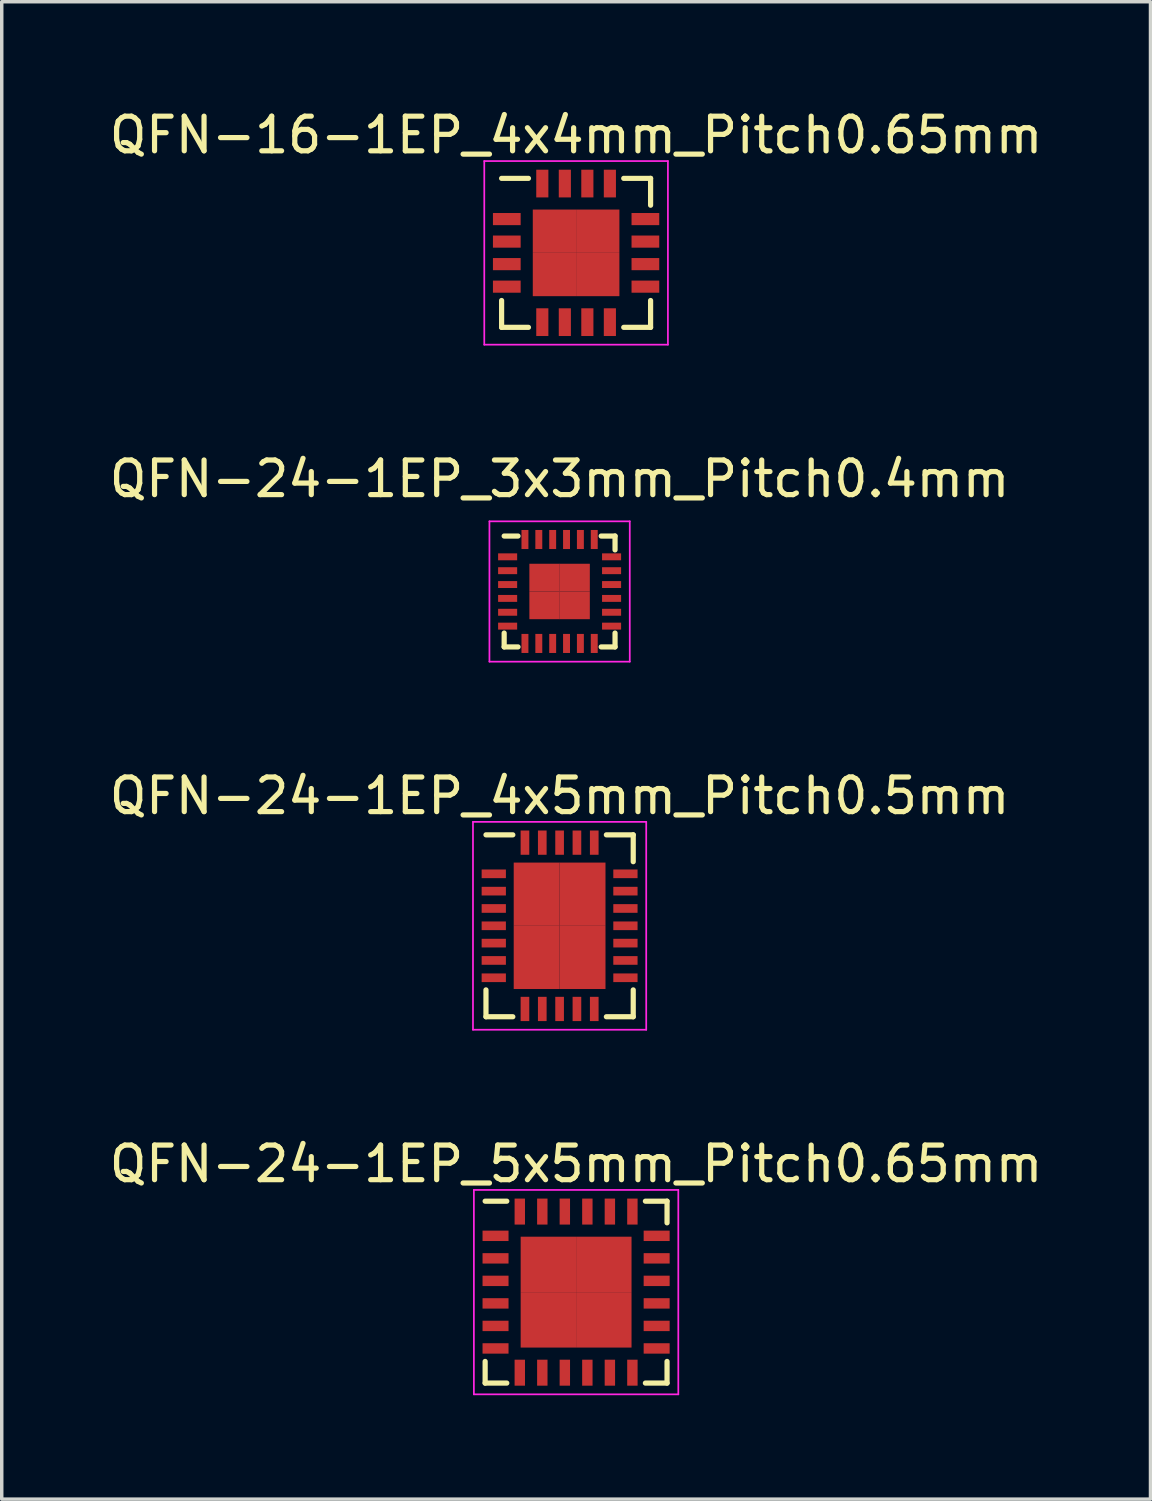
<source format=kicad_pcb>
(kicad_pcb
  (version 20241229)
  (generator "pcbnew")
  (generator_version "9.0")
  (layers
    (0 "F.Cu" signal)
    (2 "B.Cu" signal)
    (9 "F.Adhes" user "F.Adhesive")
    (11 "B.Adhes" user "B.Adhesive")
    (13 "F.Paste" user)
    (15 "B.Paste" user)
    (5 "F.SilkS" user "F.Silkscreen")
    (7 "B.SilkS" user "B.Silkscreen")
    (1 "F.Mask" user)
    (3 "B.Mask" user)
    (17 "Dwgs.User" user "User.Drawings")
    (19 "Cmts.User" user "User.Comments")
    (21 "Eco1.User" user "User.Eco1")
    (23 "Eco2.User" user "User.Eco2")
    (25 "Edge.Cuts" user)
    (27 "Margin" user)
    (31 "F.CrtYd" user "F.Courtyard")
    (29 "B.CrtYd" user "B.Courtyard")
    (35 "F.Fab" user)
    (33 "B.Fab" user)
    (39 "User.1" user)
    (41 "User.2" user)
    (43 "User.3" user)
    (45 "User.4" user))
  (footprint "QFN-24-1EP_5x5mm_Pitch0.65mm"
    (layer "F.Cu")
    (at 13.577 34.243)
    (property "Reference" "QFN-24-1EP_5x5mm_Pitch0.65mm" (at 0 -3.7 0) (layer "F.SilkS") (effects (font (size 1 1) (thickness 0.15))))
    (attr smd)
    (fp_line (start -2.625 -2.625) (end -2 -2.625) (stroke (width 0.15) (type solid)) (layer "F.SilkS"))
    (fp_line (start -2.625 2.625) (end -2.625 2) (stroke (width 0.15) (type solid)) (layer "F.SilkS"))
    (fp_line (start -2.625 2.625) (end -2 2.625) (stroke (width 0.15) (type solid)) (layer "F.SilkS"))
    (fp_line (start 2.625 -2.625) (end 2 -2.625) (stroke (width 0.15) (type solid)) (layer "F.SilkS"))
    (fp_line (start 2.625 -2.625) (end 2.625 -2) (stroke (width 0.15) (type solid)) (layer "F.SilkS"))
    (fp_line (start 2.625 2.625) (end 2 2.625) (stroke (width 0.15) (type solid)) (layer "F.SilkS"))
    (fp_line (start 2.625 2.625) (end 2.625 2) (stroke (width 0.15) (type solid)) (layer "F.SilkS"))
    (fp_line (start -2.95 -2.95) (end -2.95 2.95) (stroke (width 0.05) (type solid)) (layer "F.CrtYd"))
    (fp_line (start -2.95 -2.95) (end 2.95 -2.95) (stroke (width 0.05) (type solid)) (layer "F.CrtYd"))
    (fp_line (start -2.95 2.95) (end 2.95 2.95) (stroke (width 0.05) (type solid)) (layer "F.CrtYd"))
    (fp_line (start 2.95 -2.95) (end 2.95 2.95) (stroke (width 0.05) (type solid)) (layer "F.CrtYd"))
    (pad "1" smd rect (at -2.325 -1.625) (size 0.75 0.3) (layers "F.Cu" "F.Mask" "F.Paste"))
    (pad "2" smd rect (at -2.325 -0.975) (size 0.75 0.3) (layers "F.Cu" "F.Mask" "F.Paste"))
    (pad "3" smd rect (at -2.325 -0.325) (size 0.75 0.3) (layers "F.Cu" "F.Mask" "F.Paste"))
    (pad "4" smd rect (at -2.325 0.325) (size 0.75 0.3) (layers "F.Cu" "F.Mask" "F.Paste"))
    (pad "5" smd rect (at -2.325 0.975) (size 0.75 0.3) (layers "F.Cu" "F.Mask" "F.Paste"))
    (pad "6" smd rect (at -2.325 1.625) (size 0.75 0.3) (layers "F.Cu" "F.Mask" "F.Paste"))
    (pad "7" smd rect (at -1.625 2.325 90) (size 0.75 0.3) (layers "F.Cu" "F.Mask" "F.Paste"))
    (pad "8" smd rect (at -0.975 2.325 90) (size 0.75 0.3) (layers "F.Cu" "F.Mask" "F.Paste"))
    (pad "9" smd rect (at -0.325 2.325 90) (size 0.75 0.3) (layers "F.Cu" "F.Mask" "F.Paste"))
    (pad "10" smd rect (at 0.325 2.325 90) (size 0.75 0.3) (layers "F.Cu" "F.Mask" "F.Paste"))
    (pad "11" smd rect (at 0.975 2.325 90) (size 0.75 0.3) (layers "F.Cu" "F.Mask" "F.Paste"))
    (pad "12" smd rect (at 1.625 2.325 90) (size 0.75 0.3) (layers "F.Cu" "F.Mask" "F.Paste"))
    (pad "13" smd rect (at 2.325 1.625) (size 0.75 0.3) (layers "F.Cu" "F.Mask" "F.Paste"))
    (pad "14" smd rect (at 2.325 0.975) (size 0.75 0.3) (layers "F.Cu" "F.Mask" "F.Paste"))
    (pad "15" smd rect (at 2.325 0.325) (size 0.75 0.3) (layers "F.Cu" "F.Mask" "F.Paste"))
    (pad "16" smd rect (at 2.325 -0.325) (size 0.75 0.3) (layers "F.Cu" "F.Mask" "F.Paste"))
    (pad "17" smd rect (at 2.325 -0.975) (size 0.75 0.3) (layers "F.Cu" "F.Mask" "F.Paste"))
    (pad "18" smd rect (at 2.325 -1.625) (size 0.75 0.3) (layers "F.Cu" "F.Mask" "F.Paste"))
    (pad "19" smd rect (at 1.625 -2.325 90) (size 0.75 0.3) (layers "F.Cu" "F.Mask" "F.Paste"))
    (pad "20" smd rect (at 0.975 -2.325 90) (size 0.75 0.3) (layers "F.Cu" "F.Mask" "F.Paste"))
    (pad "21" smd rect (at 0.325 -2.325 90) (size 0.75 0.3) (layers "F.Cu" "F.Mask" "F.Paste"))
    (pad "22" smd rect (at -0.325 -2.325 90) (size 0.75 0.3) (layers "F.Cu" "F.Mask" "F.Paste"))
    (pad "23" smd rect (at -0.975 -2.325 90) (size 0.75 0.3) (layers "F.Cu" "F.Mask" "F.Paste"))
    (pad "24" smd rect (at -1.625 -2.325 90) (size 0.75 0.3) (layers "F.Cu" "F.Mask" "F.Paste"))
    (pad "25" smd rect (at -0.8 -0.8) (size 1.6 1.6) (layers "F.Cu" "F.Mask" "F.Paste"))
    (pad "25" smd rect (at -0.8 0.8) (size 1.6 1.6) (layers "F.Cu" "F.Mask" "F.Paste"))
    (pad "25" smd rect (at 0.8 -0.8) (size 1.6 1.6) (layers "F.Cu" "F.Mask" "F.Paste"))
    (pad "25" smd rect (at 0.8 0.8) (size 1.6 1.6) (layers "F.Cu" "F.Mask" "F.Paste")))
  (footprint "QFN-24-1EP_4x5mm_Pitch0.5mm"
    (layer "F.Cu")
    (at 13.101 23.67)
    (property "Reference" "QFN-24-1EP_4x5mm_Pitch0.5mm" (at 0 -3.75 0) (layer "F.SilkS") (effects (font (size 1 1) (thickness 0.15))))
    (attr smd)
    (fp_line (start -2.125 -2.625) (end -1.35 -2.625) (stroke (width 0.15) (type solid)) (layer "F.SilkS"))
    (fp_line (start -2.125 2.625) (end -2.125 1.85) (stroke (width 0.15) (type solid)) (layer "F.SilkS"))
    (fp_line (start -2.125 2.625) (end -1.35 2.625) (stroke (width 0.15) (type solid)) (layer "F.SilkS"))
    (fp_line (start 2.125 -2.625) (end 1.35 -2.625) (stroke (width 0.15) (type solid)) (layer "F.SilkS"))
    (fp_line (start 2.125 -2.625) (end 2.125 -1.85) (stroke (width 0.15) (type solid)) (layer "F.SilkS"))
    (fp_line (start 2.125 2.625) (end 1.35 2.625) (stroke (width 0.15) (type solid)) (layer "F.SilkS"))
    (fp_line (start 2.125 2.625) (end 2.125 1.85) (stroke (width 0.15) (type solid)) (layer "F.SilkS"))
    (fp_line (start -2.5 -3) (end -2.5 3) (stroke (width 0.05) (type solid)) (layer "F.CrtYd"))
    (fp_line (start -2.5 -3) (end 2.5 -3) (stroke (width 0.05) (type solid)) (layer "F.CrtYd"))
    (fp_line (start -2.5 3) (end 2.5 3) (stroke (width 0.05) (type solid)) (layer "F.CrtYd"))
    (fp_line (start 2.5 -3) (end 2.5 3) (stroke (width 0.05) (type solid)) (layer "F.CrtYd"))
    (pad "1" smd rect (at -1.9 -1.5) (size 0.7 0.25) (layers "F.Cu" "F.Mask" "F.Paste"))
    (pad "2" smd rect (at -1.9 -1) (size 0.7 0.25) (layers "F.Cu" "F.Mask" "F.Paste"))
    (pad "3" smd rect (at -1.9 -0.5) (size 0.7 0.25) (layers "F.Cu" "F.Mask" "F.Paste"))
    (pad "4" smd rect (at -1.9 0) (size 0.7 0.25) (layers "F.Cu" "F.Mask" "F.Paste"))
    (pad "5" smd rect (at -1.9 0.5) (size 0.7 0.25) (layers "F.Cu" "F.Mask" "F.Paste"))
    (pad "6" smd rect (at -1.9 1) (size 0.7 0.25) (layers "F.Cu" "F.Mask" "F.Paste"))
    (pad "7" smd rect (at -1.9 1.5) (size 0.7 0.25) (layers "F.Cu" "F.Mask" "F.Paste"))
    (pad "8" smd rect (at -1 2.4 90) (size 0.7 0.25) (layers "F.Cu" "F.Mask" "F.Paste"))
    (pad "9" smd rect (at -0.5 2.4 90) (size 0.7 0.25) (layers "F.Cu" "F.Mask" "F.Paste"))
    (pad "10" smd rect (at 0 2.4 90) (size 0.7 0.25) (layers "F.Cu" "F.Mask" "F.Paste"))
    (pad "11" smd rect (at 0.5 2.4 90) (size 0.7 0.25) (layers "F.Cu" "F.Mask" "F.Paste"))
    (pad "12" smd rect (at 1 2.4 90) (size 0.7 0.25) (layers "F.Cu" "F.Mask" "F.Paste"))
    (pad "13" smd rect (at 1.9 1.5) (size 0.7 0.25) (layers "F.Cu" "F.Mask" "F.Paste"))
    (pad "14" smd rect (at 1.9 1) (size 0.7 0.25) (layers "F.Cu" "F.Mask" "F.Paste"))
    (pad "15" smd rect (at 1.9 0.5) (size 0.7 0.25) (layers "F.Cu" "F.Mask" "F.Paste"))
    (pad "16" smd rect (at 1.9 0) (size 0.7 0.25) (layers "F.Cu" "F.Mask" "F.Paste"))
    (pad "17" smd rect (at 1.9 -0.5) (size 0.7 0.25) (layers "F.Cu" "F.Mask" "F.Paste"))
    (pad "18" smd rect (at 1.9 -1) (size 0.7 0.25) (layers "F.Cu" "F.Mask" "F.Paste"))
    (pad "19" smd rect (at 1.9 -1.5) (size 0.7 0.25) (layers "F.Cu" "F.Mask" "F.Paste"))
    (pad "20" smd rect (at 1 -2.4 90) (size 0.7 0.25) (layers "F.Cu" "F.Mask" "F.Paste"))
    (pad "21" smd rect (at 0.5 -2.4 90) (size 0.7 0.25) (layers "F.Cu" "F.Mask" "F.Paste"))
    (pad "22" smd rect (at 0 -2.4 90) (size 0.7 0.25) (layers "F.Cu" "F.Mask" "F.Paste"))
    (pad "23" smd rect (at -0.5 -2.4 90) (size 0.7 0.25) (layers "F.Cu" "F.Mask" "F.Paste"))
    (pad "24" smd rect (at -1 -2.4 90) (size 0.7 0.25) (layers "F.Cu" "F.Mask" "F.Paste"))
    (pad "25" smd rect (at -0.662 -0.912) (size 1.325 1.825) (layers "F.Cu" "F.Mask" "F.Paste"))
    (pad "25" smd rect (at -0.662 0.912) (size 1.325 1.825) (layers "F.Cu" "F.Mask" "F.Paste"))
    (pad "25" smd rect (at 0.662 -0.912) (size 1.325 1.825) (layers "F.Cu" "F.Mask" "F.Paste"))
    (pad "25" smd rect (at 0.662 0.912) (size 1.325 1.825) (layers "F.Cu" "F.Mask" "F.Paste")))
  (footprint "QFN-24-1EP_3x3mm_Pitch0.4mm"
    (layer "F.Cu")
    (at 13.101 14.021)
    (property "Reference" "QFN-24-1EP_3x3mm_Pitch0.4mm" (at 0 -3.25 0) (layer "F.SilkS") (effects (font (size 1 1) (thickness 0.15))))
    (attr smd)
    (fp_line (start -1.6 -1.6) (end -1.2 -1.6) (stroke (width 0.15) (type solid)) (layer "F.SilkS"))
    (fp_line (start -1.6 1.6) (end -1.6 1.2) (stroke (width 0.15) (type solid)) (layer "F.SilkS"))
    (fp_line (start -1.6 1.6) (end -1.2 1.6) (stroke (width 0.15) (type solid)) (layer "F.SilkS"))
    (fp_line (start 1.6 -1.6) (end 1.2 -1.6) (stroke (width 0.15) (type solid)) (layer "F.SilkS"))
    (fp_line (start 1.6 -1.6) (end 1.6 -1.2) (stroke (width 0.15) (type solid)) (layer "F.SilkS"))
    (fp_line (start 1.6 1.6) (end 1.2 1.6) (stroke (width 0.15) (type solid)) (layer "F.SilkS"))
    (fp_line (start 1.6 1.6) (end 1.6 1.2) (stroke (width 0.15) (type solid)) (layer "F.SilkS"))
    (fp_line (start -2.025 -2.025) (end 2.025 -2.025) (stroke (width 0.05) (type solid)) (layer "F.CrtYd"))
    (fp_line (start -2.025 2.025) (end -2.025 -2.025) (stroke (width 0.05) (type solid)) (layer "F.CrtYd"))
    (fp_line (start 2.025 -2.025) (end 2.025 2.025) (stroke (width 0.05) (type solid)) (layer "F.CrtYd"))
    (fp_line (start 2.025 2.025) (end -2.025 2.025) (stroke (width 0.05) (type solid)) (layer "F.CrtYd"))
    (pad "1" smd rect (at -1.5 -1) (size 0.55 0.2) (layers "F.Cu" "F.Mask" "F.Paste"))
    (pad "2" smd rect (at -1.5 -0.6) (size 0.55 0.2) (layers "F.Cu" "F.Mask" "F.Paste"))
    (pad "3" smd rect (at -1.5 -0.2) (size 0.55 0.2) (layers "F.Cu" "F.Mask" "F.Paste"))
    (pad "4" smd rect (at -1.5 0.2) (size 0.55 0.2) (layers "F.Cu" "F.Mask" "F.Paste"))
    (pad "5" smd rect (at -1.5 0.6) (size 0.55 0.2) (layers "F.Cu" "F.Mask" "F.Paste"))
    (pad "6" smd rect (at -1.5 1) (size 0.55 0.2) (layers "F.Cu" "F.Mask" "F.Paste"))
    (pad "7" smd rect (at -1 1.5 90) (size 0.55 0.2) (layers "F.Cu" "F.Mask" "F.Paste"))
    (pad "8" smd rect (at -0.6 1.5 90) (size 0.55 0.2) (layers "F.Cu" "F.Mask" "F.Paste"))
    (pad "9" smd rect (at -0.2 1.5 90) (size 0.55 0.2) (layers "F.Cu" "F.Mask" "F.Paste"))
    (pad "10" smd rect (at 0.2 1.5 90) (size 0.55 0.2) (layers "F.Cu" "F.Mask" "F.Paste"))
    (pad "11" smd rect (at 0.6 1.5 90) (size 0.55 0.2) (layers "F.Cu" "F.Mask" "F.Paste"))
    (pad "12" smd rect (at 1 1.5 90) (size 0.55 0.2) (layers "F.Cu" "F.Mask" "F.Paste"))
    (pad "13" smd rect (at 1.5 1) (size 0.55 0.2) (layers "F.Cu" "F.Mask" "F.Paste"))
    (pad "14" smd rect (at 1.5 0.6) (size 0.55 0.2) (layers "F.Cu" "F.Mask" "F.Paste"))
    (pad "15" smd rect (at 1.5 0.2) (size 0.55 0.2) (layers "F.Cu" "F.Mask" "F.Paste"))
    (pad "16" smd rect (at 1.5 -0.2) (size 0.55 0.2) (layers "F.Cu" "F.Mask" "F.Paste"))
    (pad "17" smd rect (at 1.5 -0.6) (size 0.55 0.2) (layers "F.Cu" "F.Mask" "F.Paste"))
    (pad "18" smd rect (at 1.5 -1) (size 0.55 0.2) (layers "F.Cu" "F.Mask" "F.Paste"))
    (pad "19" smd rect (at 1 -1.5 90) (size 0.55 0.2) (layers "F.Cu" "F.Mask" "F.Paste"))
    (pad "20" smd rect (at 0.6 -1.5 90) (size 0.55 0.2) (layers "F.Cu" "F.Mask" "F.Paste"))
    (pad "21" smd rect (at 0.2 -1.5 90) (size 0.55 0.2) (layers "F.Cu" "F.Mask" "F.Paste"))
    (pad "22" smd rect (at -0.2 -1.5 90) (size 0.55 0.2) (layers "F.Cu" "F.Mask" "F.Paste"))
    (pad "23" smd rect (at -0.6 -1.5 90) (size 0.55 0.2) (layers "F.Cu" "F.Mask" "F.Paste"))
    (pad "24" smd rect (at -1 -1.5 90) (size 0.55 0.2) (layers "F.Cu" "F.Mask" "F.Paste"))
    (pad "25" smd rect (at -0.435 -0.4) (size 0.875 0.8) (layers "F.Cu" "F.Mask" "F.Paste"))
    (pad "25" smd rect (at -0.435 0.4) (size 0.875 0.8) (layers "F.Cu" "F.Mask" "F.Paste"))
    (pad "25" smd rect (at 0.435 -0.4) (size 0.875 0.8) (layers "F.Cu" "F.Mask" "F.Paste"))
    (pad "25" smd rect (at 0.435 0.4) (size 0.875 0.8) (layers "F.Cu" "F.Mask" "F.Paste")))
  (footprint "QFN-16-1EP_4x4mm_Pitch0.65mm"
    (layer "F.Cu")
    (at 13.577 4.248)
    (property "Reference" "QFN-16-1EP_4x4mm_Pitch0.65mm" (at 0 -3.4 0) (layer "F.SilkS") (effects (font (size 1 1) (thickness 0.15))))
    (attr smd)
    (fp_line (start -2.15 -2.15) (end -1.375 -2.15) (stroke (width 0.15) (type solid)) (layer "F.SilkS"))
    (fp_line (start -2.15 2.15) (end -2.15 1.375) (stroke (width 0.15) (type solid)) (layer "F.SilkS"))
    (fp_line (start -2.15 2.15) (end -1.375 2.15) (stroke (width 0.15) (type solid)) (layer "F.SilkS"))
    (fp_line (start 2.15 -2.15) (end 1.375 -2.15) (stroke (width 0.15) (type solid)) (layer "F.SilkS"))
    (fp_line (start 2.15 -2.15) (end 2.15 -1.375) (stroke (width 0.15) (type solid)) (layer "F.SilkS"))
    (fp_line (start 2.15 2.15) (end 1.375 2.15) (stroke (width 0.15) (type solid)) (layer "F.SilkS"))
    (fp_line (start 2.15 2.15) (end 2.15 1.375) (stroke (width 0.15) (type solid)) (layer "F.SilkS"))
    (fp_line (start -2.65 -2.65) (end -2.65 2.65) (stroke (width 0.05) (type solid)) (layer "F.CrtYd"))
    (fp_line (start -2.65 -2.65) (end 2.65 -2.65) (stroke (width 0.05) (type solid)) (layer "F.CrtYd"))
    (fp_line (start -2.65 2.65) (end 2.65 2.65) (stroke (width 0.05) (type solid)) (layer "F.CrtYd"))
    (fp_line (start 2.65 -2.65) (end 2.65 2.65) (stroke (width 0.05) (type solid)) (layer "F.CrtYd"))
    (pad "1" smd rect (at -2 -0.975) (size 0.8 0.35) (layers "F.Cu" "F.Mask" "F.Paste"))
    (pad "2" smd rect (at -2 -0.325) (size 0.8 0.35) (layers "F.Cu" "F.Mask" "F.Paste"))
    (pad "3" smd rect (at -2 0.325) (size 0.8 0.35) (layers "F.Cu" "F.Mask" "F.Paste"))
    (pad "4" smd rect (at -2 0.975) (size 0.8 0.35) (layers "F.Cu" "F.Mask" "F.Paste"))
    (pad "5" smd rect (at -0.975 2 90) (size 0.8 0.35) (layers "F.Cu" "F.Mask" "F.Paste"))
    (pad "6" smd rect (at -0.325 2 90) (size 0.8 0.35) (layers "F.Cu" "F.Mask" "F.Paste"))
    (pad "7" smd rect (at 0.325 2 90) (size 0.8 0.35) (layers "F.Cu" "F.Mask" "F.Paste"))
    (pad "8" smd rect (at 0.975 2 90) (size 0.8 0.35) (layers "F.Cu" "F.Mask" "F.Paste"))
    (pad "9" smd rect (at 2 0.975) (size 0.8 0.35) (layers "F.Cu" "F.Mask" "F.Paste"))
    (pad "10" smd rect (at 2 0.325) (size 0.8 0.35) (layers "F.Cu" "F.Mask" "F.Paste"))
    (pad "11" smd rect (at 2 -0.325) (size 0.8 0.35) (layers "F.Cu" "F.Mask" "F.Paste"))
    (pad "12" smd rect (at 2 -0.975) (size 0.8 0.35) (layers "F.Cu" "F.Mask" "F.Paste"))
    (pad "13" smd rect (at 0.975 -2 90) (size 0.8 0.35) (layers "F.Cu" "F.Mask" "F.Paste"))
    (pad "14" smd rect (at 0.325 -2 90) (size 0.8 0.35) (layers "F.Cu" "F.Mask" "F.Paste"))
    (pad "15" smd rect (at -0.325 -2 90) (size 0.8 0.35) (layers "F.Cu" "F.Mask" "F.Paste"))
    (pad "16" smd rect (at -0.975 -2 90) (size 0.8 0.35) (layers "F.Cu" "F.Mask" "F.Paste"))
    (pad "17" smd rect (at -0.625 -0.625) (size 1.25 1.25) (layers "F.Cu" "F.Mask" "F.Paste"))
    (pad "17" smd rect (at -0.625 0.625) (size 1.25 1.25) (layers "F.Cu" "F.Mask" "F.Paste"))
    (pad "17" smd rect (at 0.625 -0.625) (size 1.25 1.25) (layers "F.Cu" "F.Mask" "F.Paste"))
    (pad "17" smd rect (at 0.625 0.625) (size 1.25 1.25) (layers "F.Cu" "F.Mask" "F.Paste")))
  (gr_rect
    (start -3 -3)
    (end 30.155 40.218)
    (stroke (width 0.1) (type default))
    (fill no)
    (layer "Edge.Cuts")))
</source>
